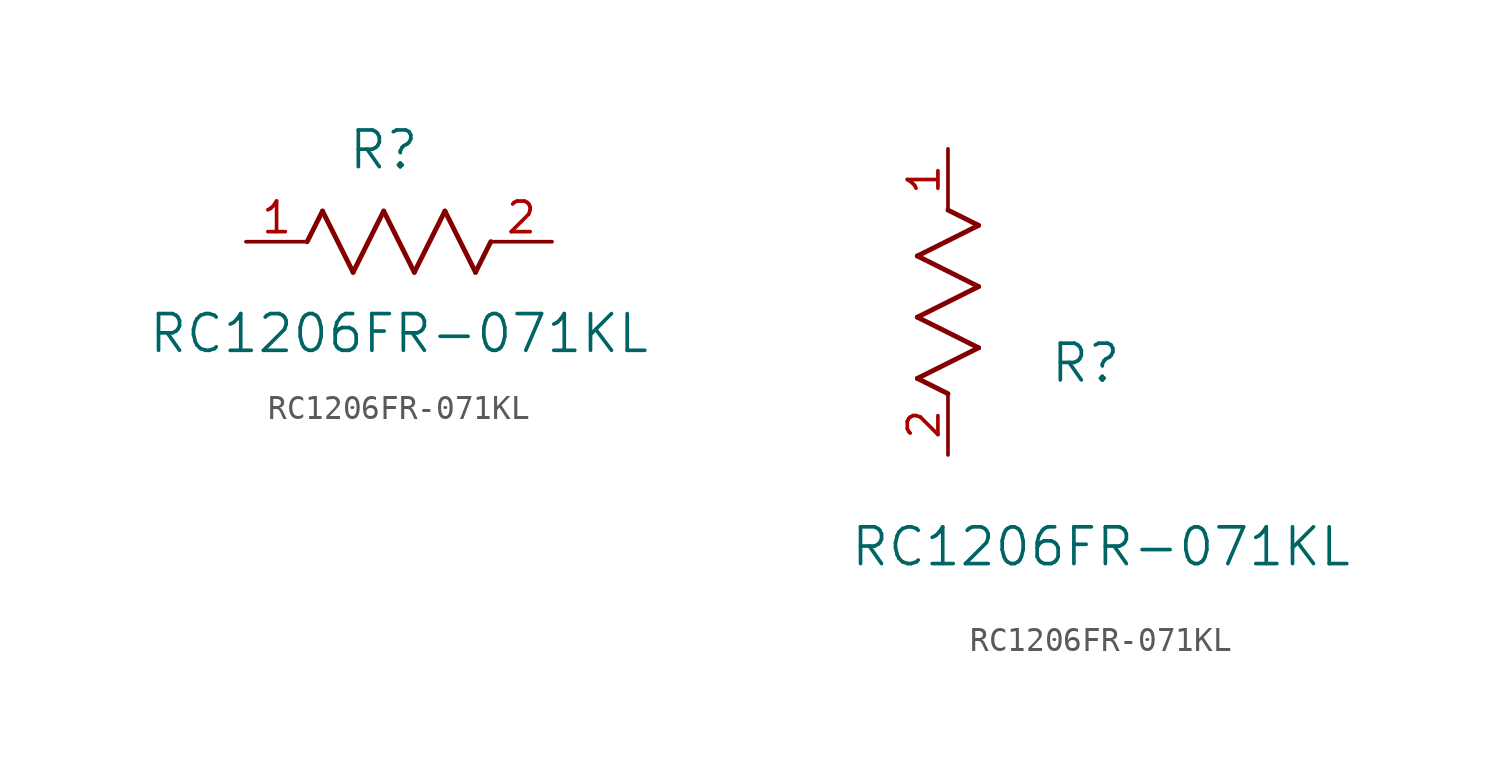
<source format=kicad_sym>
(kicad_symbol_lib
  (version 20211014)
  (generator kicad_symbol_editor)
  (symbol "RC1206FR-071KL"
    (pin_names
      (offset 0.254))
    (property "Reference" "R"
      (at 5.715 3.81 0)
      (effects (font (size 1.524 1.524))))
    (property "Value" "RC1206FR-071KL"
      (at 6.35 -3.81 0)
      (effects (font (size 1.524 1.524))))
    (symbol "RC1206FR-071KL_1_1"
      (polyline (pts (xy 3.175 1.27) (xy 4.445 -1.27)) (stroke (width 0.203) (type default) (color 0 0 0 0)) (fill (type none)))
      (polyline (pts (xy 4.445 -1.27) (xy 5.715 1.27)) (stroke (width 0.203) (type default) (color 0 0 0 0)) (fill (type none)))
      (polyline (pts (xy 5.715 1.27) (xy 6.985 -1.27)) (stroke (width 0.203) (type default) (color 0 0 0 0)) (fill (type none)))
      (polyline (pts (xy 6.985 -1.27) (xy 8.255 1.27)) (stroke (width 0.203) (type default) (color 0 0 0 0)) (fill (type none)))
      (polyline (pts (xy 8.255 1.27) (xy 9.525 -1.27)) (stroke (width 0.203) (type default) (color 0 0 0 0)) (fill (type none)))
      (polyline (pts (xy 2.54 0) (xy 3.175 1.27)) (stroke (width 0.203) (type default) (color 0 0 0 0)) (fill (type none)))
      (polyline (pts (xy 9.525 -1.27) (xy 10.16 0)) (stroke (width 0.203) (type default) (color 0 0 0 0)) (fill (type none)))
      (pin unspecified line (at 0 0 0) (length 2.54) (name "" (effects (font (size 1.27 1.27)))) (number "1" (effects (font (size 1.27 1.27)))))
      (pin unspecified line (at 12.7 0 180) (length 2.54) (name "" (effects (font (size 1.27 1.27)))) (number "2" (effects (font (size 1.27 1.27))))))
    (symbol "RC1206FR-071KL_1_2"
      (polyline (pts (xy 0 2.54) (xy -1.27 3.175)) (stroke (width 0.203) (type default) (color 0 0 0 0)) (fill (type none)))
      (polyline (pts (xy -1.27 3.175) (xy 1.27 4.445)) (stroke (width 0.203) (type default) (color 0 0 0 0)) (fill (type none)))
      (polyline (pts (xy 1.27 4.445) (xy -1.27 5.715)) (stroke (width 0.203) (type default) (color 0 0 0 0)) (fill (type none)))
      (polyline (pts (xy -1.27 5.715) (xy 1.27 6.985)) (stroke (width 0.203) (type default) (color 0 0 0 0)) (fill (type none)))
      (polyline (pts (xy -1.27 8.255) (xy 1.27 9.525)) (stroke (width 0.203) (type default) (color 0 0 0 0)) (fill (type none)))
      (polyline (pts (xy 1.27 9.525) (xy 0 10.16)) (stroke (width 0.203) (type default) (color 0 0 0 0)) (fill (type none)))
      (polyline (pts (xy 1.27 6.985) (xy -1.27 8.255)) (stroke (width 0.203) (type default) (color 0 0 0 0)) (fill (type none)))
      (pin unspecified line (at 0 12.7 270) (length 2.54) (name "" (effects (font (size 1.27 1.27)))) (number "1" (effects (font (size 1.27 1.27)))))
      (pin unspecified line (at 0 0 90) (length 2.54) (name "" (effects (font (size 1.27 1.27)))) (number "2" (effects (font (size 1.27 1.27))))))))
</source>
